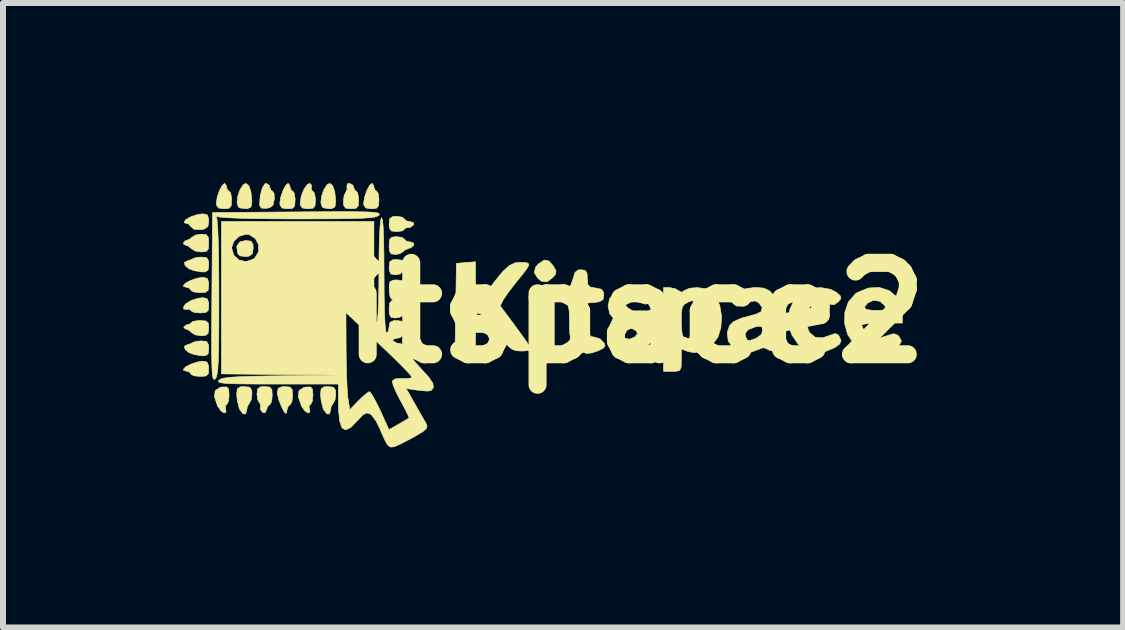
<source format=kicad_pcb>
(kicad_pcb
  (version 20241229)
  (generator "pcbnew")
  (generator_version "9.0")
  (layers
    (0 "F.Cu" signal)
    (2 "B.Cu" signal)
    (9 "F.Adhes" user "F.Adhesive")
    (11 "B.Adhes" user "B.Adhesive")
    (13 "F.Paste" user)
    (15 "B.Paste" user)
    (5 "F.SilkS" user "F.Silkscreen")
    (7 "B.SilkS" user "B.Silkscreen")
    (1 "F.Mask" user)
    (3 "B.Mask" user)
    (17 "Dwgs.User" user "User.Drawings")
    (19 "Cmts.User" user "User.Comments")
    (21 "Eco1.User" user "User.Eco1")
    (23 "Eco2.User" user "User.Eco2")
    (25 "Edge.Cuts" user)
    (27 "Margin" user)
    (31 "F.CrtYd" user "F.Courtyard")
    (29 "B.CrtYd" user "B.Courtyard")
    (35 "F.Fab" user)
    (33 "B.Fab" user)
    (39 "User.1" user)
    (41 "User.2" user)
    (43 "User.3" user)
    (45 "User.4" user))
  (footprint "Kitspace2"
    (layer "F.Cu")
    (at 6.778 2.164)
    (property "Reference" "Kitspace2" (at 0 0 0) (layer "F.SilkS") (effects (font (size 1.524 1.524) (thickness 0.3))))
    (attr through_hole)
    (fp_poly (pts (xy -0.593 0.635) (xy -0.889 0.635) (xy -0.889 -0.423) (xy -0.593 -0.423) (xy -0.593 0.635)) (stroke (width 0.01) (type solid)) (fill yes) (layer "F.SilkS"))
    (fp_poly (pts (xy -5.646 -1.196) (xy -5.613 -1.146) (xy -5.609 -1.079) (xy -5.622 -0.987) (xy -5.677 -0.947) (xy -5.726 -0.939) (xy -5.829 -0.95) (xy -5.867 -0.99) (xy -5.884 -1.109) (xy -5.832 -1.184) (xy -5.736 -1.206) (xy -5.646 -1.196)) (stroke (width 0.01) (type solid)) (fill yes) (layer "F.SilkS"))
    (fp_poly (pts (xy -0.681 -0.865) (xy -0.609 -0.782) (xy -0.564 -0.701) (xy -0.571 -0.646) (xy -0.615 -0.592) (xy -0.712 -0.518) (xy -0.803 -0.527) (xy -0.865 -0.575) (xy -0.926 -0.671) (xy -0.903 -0.764) (xy -0.854 -0.819) (xy -0.759 -0.881) (xy -0.681 -0.865)) (stroke (width 0.01) (type solid)) (fill yes) (layer "F.SilkS"))
    (fp_poly (pts (xy -5.682 -2.12) (xy -5.647 -2.017) (xy -5.631 -1.87) (xy -5.631 -1.852) (xy -5.645 -1.766) (xy -5.702 -1.737) (xy -5.729 -1.736) (xy -5.818 -1.747) (xy -5.856 -1.764) (xy -5.879 -1.836) (xy -5.867 -1.943) (xy -5.829 -2.053) (xy -5.776 -2.135) (xy -5.731 -2.159) (xy -5.682 -2.12)) (stroke (width 0.01) (type solid)) (fill yes) (layer "F.SilkS"))
    (fp_poly (pts (xy -4.285 -2.12) (xy -4.25 -2.017) (xy -4.234 -1.87) (xy -4.234 -1.852) (xy -4.248 -1.766) (xy -4.305 -1.737) (xy -4.332 -1.736) (xy -4.421 -1.747) (xy -4.459 -1.764) (xy -4.482 -1.836) (xy -4.47 -1.943) (xy -4.432 -2.053) (xy -4.379 -2.135) (xy -4.334 -2.159) (xy -4.285 -2.12)) (stroke (width 0.01) (type solid)) (fill yes) (layer "F.SilkS"))
    (fp_poly (pts (xy -6.385 -0.92) (xy -6.353 -0.868) (xy -6.35 -0.804) (xy -6.36 -0.715) (xy -6.407 -0.684) (xy -6.466 -0.683) (xy -6.593 -0.704) (xy -6.678 -0.735) (xy -6.744 -0.789) (xy -6.755 -0.842) (xy -6.705 -0.868) (xy -6.699 -0.868) (xy -6.628 -0.894) (xy -6.622 -0.9) (xy -6.56 -0.923) (xy -6.47 -0.931) (xy -6.385 -0.92)) (stroke (width 0.01) (type solid)) (fill yes) (layer "F.SilkS"))
    (fp_poly (pts (xy -6.385 0.477) (xy -6.353 0.529) (xy -6.35 0.593) (xy -6.36 0.682) (xy -6.407 0.713) (xy -6.466 0.714) (xy -6.593 0.693) (xy -6.678 0.662) (xy -6.744 0.608) (xy -6.755 0.555) (xy -6.705 0.529) (xy -6.699 0.529) (xy -6.628 0.503) (xy -6.622 0.497) (xy -6.56 0.474) (xy -6.47 0.466) (xy -6.385 0.477)) (stroke (width 0.01) (type solid)) (fill yes) (layer "F.SilkS"))
    (fp_poly (pts (xy -5.667 1.238) (xy -5.634 1.288) (xy -5.63 1.352) (xy -5.643 1.45) (xy -5.673 1.503) (xy -5.708 1.563) (xy -5.715 1.611) (xy -5.734 1.682) (xy -5.777 1.683) (xy -5.828 1.619) (xy -5.843 1.585) (xy -5.875 1.457) (xy -5.884 1.352) (xy -5.874 1.264) (xy -5.823 1.231) (xy -5.757 1.228) (xy -5.667 1.238)) (stroke (width 0.01) (type solid)) (fill yes) (layer "F.SilkS"))
    (fp_poly (pts (xy -4.27 1.238) (xy -4.237 1.288) (xy -4.233 1.352) (xy -4.246 1.45) (xy -4.276 1.503) (xy -4.311 1.563) (xy -4.318 1.611) (xy -4.337 1.682) (xy -4.38 1.683) (xy -4.431 1.619) (xy -4.446 1.585) (xy -4.478 1.457) (xy -4.487 1.352) (xy -4.477 1.264) (xy -4.426 1.231) (xy -4.36 1.228) (xy -4.27 1.238)) (stroke (width 0.01) (type solid)) (fill yes) (layer "F.SilkS"))
    (fp_poly (pts (xy -6.377 -0.577) (xy -6.352 -0.514) (xy -6.35 -0.466) (xy -6.358 -0.38) (xy -6.4 -0.345) (xy -6.498 -0.339) (xy -6.596 -0.349) (xy -6.645 -0.375) (xy -6.646 -0.381) (xy -6.681 -0.419) (xy -6.71 -0.423) (xy -6.766 -0.441) (xy -6.773 -0.455) (xy -6.736 -0.497) (xy -6.648 -0.543) (xy -6.539 -0.579) (xy -6.447 -0.593) (xy -6.377 -0.577)) (stroke (width 0.01) (type solid)) (fill yes) (layer "F.SilkS"))
    (fp_poly (pts (xy -6.377 -0.238) (xy -6.352 -0.175) (xy -6.35 -0.127) (xy -6.358 -0.042) (xy -6.4 -0.007) (xy -6.498 0) (xy -6.596 -0.01) (xy -6.645 -0.036) (xy -6.646 -0.041) (xy -6.677 -0.064) (xy -6.71 -0.058) (xy -6.764 -0.063) (xy -6.773 -0.091) (xy -6.736 -0.15) (xy -6.644 -0.207) (xy -6.526 -0.245) (xy -6.447 -0.254) (xy -6.377 -0.238)) (stroke (width 0.01) (type solid)) (fill yes) (layer "F.SilkS"))
    (fp_poly (pts (xy -6.377 0.82) (xy -6.352 0.883) (xy -6.35 0.931) (xy -6.358 1.017) (xy -6.4 1.052) (xy -6.498 1.058) (xy -6.596 1.048) (xy -6.645 1.022) (xy -6.646 1.016) (xy -6.681 0.978) (xy -6.71 0.974) (xy -6.766 0.956) (xy -6.773 0.942) (xy -6.736 0.9) (xy -6.648 0.854) (xy -6.539 0.818) (xy -6.447 0.804) (xy -6.377 0.82)) (stroke (width 0.01) (type solid)) (fill yes) (layer "F.SilkS"))
    (fp_poly (pts (xy -6.376 -1.635) (xy -6.351 -1.569) (xy -6.35 -1.529) (xy -6.363 -1.44) (xy -6.421 -1.399) (xy -6.479 -1.388) (xy -6.594 -1.393) (xy -6.645 -1.436) (xy -6.692 -1.486) (xy -6.716 -1.489) (xy -6.759 -1.505) (xy -6.761 -1.51) (xy -6.736 -1.552) (xy -6.657 -1.598) (xy -6.551 -1.635) (xy -6.45 -1.651) (xy -6.447 -1.651) (xy -6.376 -1.635)) (stroke (width 0.01) (type solid)) (fill yes) (layer "F.SilkS"))
    (fp_poly (pts (xy -6.057 -2.125) (xy -6.054 -2.095) (xy -6.031 -2.039) (xy -6.011 -2.032) (xy -5.983 -1.995) (xy -5.969 -1.903) (xy -5.969 -1.884) (xy -5.976 -1.784) (xy -6.012 -1.743) (xy -6.096 -1.736) (xy -6.187 -1.748) (xy -6.221 -1.796) (xy -6.223 -1.833) (xy -6.208 -1.933) (xy -6.17 -2.041) (xy -6.124 -2.127) (xy -6.085 -2.159) (xy -6.057 -2.125)) (stroke (width 0.01) (type solid)) (fill yes) (layer "F.SilkS"))
    (fp_poly (pts (xy -5.341 -2.125) (xy -5.334 -2.095) (xy -5.31 -2.039) (xy -5.289 -2.032) (xy -5.262 -1.995) (xy -5.256 -1.904) (xy -5.257 -1.894) (xy -5.279 -1.796) (xy -5.335 -1.753) (xy -5.387 -1.743) (xy -5.473 -1.746) (xy -5.502 -1.793) (xy -5.503 -1.812) (xy -5.491 -1.957) (xy -5.459 -2.077) (xy -5.416 -2.149) (xy -5.392 -2.159) (xy -5.341 -2.125)) (stroke (width 0.01) (type solid)) (fill yes) (layer "F.SilkS"))
    (fp_poly (pts (xy -4.999 -2.125) (xy -4.995 -2.095) (xy -4.972 -2.039) (xy -4.953 -2.032) (xy -4.925 -1.995) (xy -4.911 -1.903) (xy -4.911 -1.884) (xy -4.918 -1.784) (xy -4.954 -1.743) (xy -5.038 -1.736) (xy -5.129 -1.748) (xy -5.162 -1.796) (xy -5.165 -1.833) (xy -5.149 -1.933) (xy -5.112 -2.041) (xy -5.066 -2.127) (xy -5.027 -2.159) (xy -4.999 -2.125)) (stroke (width 0.01) (type solid)) (fill yes) (layer "F.SilkS"))
    (fp_poly (pts (xy -4.636 -2.128) (xy -4.641 -2.095) (xy -4.639 -2.041) (xy -4.619 -2.032) (xy -4.588 -1.995) (xy -4.572 -1.903) (xy -4.572 -1.884) (xy -4.579 -1.784) (xy -4.615 -1.743) (xy -4.699 -1.736) (xy -4.79 -1.748) (xy -4.824 -1.796) (xy -4.826 -1.833) (xy -4.808 -1.947) (xy -4.764 -2.059) (xy -4.708 -2.138) (xy -4.669 -2.159) (xy -4.636 -2.128)) (stroke (width 0.01) (type solid)) (fill yes) (layer "F.SilkS"))
    (fp_poly (pts (xy -3.602 -2.125) (xy -3.598 -2.095) (xy -3.575 -2.039) (xy -3.556 -2.032) (xy -3.528 -1.995) (xy -3.514 -1.903) (xy -3.514 -1.884) (xy -3.521 -1.784) (xy -3.557 -1.743) (xy -3.641 -1.736) (xy -3.732 -1.748) (xy -3.765 -1.796) (xy -3.768 -1.833) (xy -3.752 -1.933) (xy -3.715 -2.041) (xy -3.669 -2.127) (xy -3.63 -2.159) (xy -3.602 -2.125)) (stroke (width 0.01) (type solid)) (fill yes) (layer "F.SilkS"))
    (fp_poly (pts (xy -6.391 -1.304) (xy -6.357 -1.261) (xy -6.35 -1.164) (xy -6.357 -1.065) (xy -6.393 -1.024) (xy -6.475 -1.016) (xy -6.576 -1.032) (xy -6.634 -1.069) (xy -6.696 -1.117) (xy -6.72 -1.122) (xy -6.77 -1.149) (xy -6.773 -1.164) (xy -6.74 -1.204) (xy -6.72 -1.206) (xy -6.652 -1.238) (xy -6.634 -1.259) (xy -6.57 -1.298) (xy -6.475 -1.312) (xy -6.391 -1.304)) (stroke (width 0.01) (type solid)) (fill yes) (layer "F.SilkS"))
    (fp_poly (pts (xy -6.018 1.271) (xy -6.011 1.369) (xy -6.011 1.373) (xy -6.021 1.472) (xy -6.046 1.522) (xy -6.052 1.524) (xy -6.076 1.555) (xy -6.071 1.583) (xy -6.061 1.652) (xy -6.092 1.667) (xy -6.144 1.634) (xy -6.199 1.557) (xy -6.203 1.549) (xy -6.255 1.395) (xy -6.242 1.294) (xy -6.161 1.241) (xy -6.127 1.235) (xy -6.05 1.234) (xy -6.018 1.271)) (stroke (width 0.01) (type solid)) (fill yes) (layer "F.SilkS"))
    (fp_poly (pts (xy -4.995 1.236) (xy -4.96 1.278) (xy -4.953 1.376) (xy -4.963 1.474) (xy -4.987 1.523) (xy -4.992 1.524) (xy -5.028 1.56) (xy -5.046 1.619) (xy -5.058 1.673) (xy -5.081 1.665) (xy -5.125 1.587) (xy -5.133 1.57) (xy -5.183 1.448) (xy -5.207 1.338) (xy -5.207 1.327) (xy -5.192 1.256) (xy -5.13 1.23) (xy -5.08 1.228) (xy -4.995 1.236)) (stroke (width 0.01) (type solid)) (fill yes) (layer "F.SilkS"))
    (fp_poly (pts (xy -4.621 1.271) (xy -4.614 1.369) (xy -4.614 1.373) (xy -4.624 1.472) (xy -4.649 1.522) (xy -4.655 1.524) (xy -4.679 1.555) (xy -4.674 1.583) (xy -4.664 1.652) (xy -4.695 1.667) (xy -4.747 1.634) (xy -4.802 1.557) (xy -4.806 1.549) (xy -4.858 1.395) (xy -4.845 1.294) (xy -4.764 1.241) (xy -4.73 1.235) (xy -4.653 1.234) (xy -4.621 1.271)) (stroke (width 0.01) (type solid)) (fill yes) (layer "F.SilkS"))
    (fp_poly (pts (xy -6.399 0.134) (xy -6.358 0.17) (xy -6.35 0.254) (xy -6.361 0.344) (xy -6.41 0.377) (xy -6.475 0.381) (xy -6.576 0.365) (xy -6.634 0.328) (xy -6.696 0.28) (xy -6.72 0.275) (xy -6.763 0.249) (xy -6.763 0.233) (xy -6.719 0.197) (xy -6.699 0.196) (xy -6.65 0.178) (xy -6.646 0.165) (xy -6.609 0.14) (xy -6.518 0.127) (xy -6.498 0.127) (xy -6.399 0.134)) (stroke (width 0.01) (type solid)) (fill yes) (layer "F.SilkS"))
    (fp_poly (pts (xy -5.333 1.236) (xy -5.298 1.278) (xy -5.292 1.376) (xy -5.302 1.474) (xy -5.326 1.523) (xy -5.331 1.524) (xy -5.369 1.56) (xy -5.384 1.608) (xy -5.412 1.665) (xy -5.456 1.655) (xy -5.493 1.601) (xy -5.487 1.574) (xy -5.489 1.516) (xy -5.503 1.503) (xy -5.534 1.446) (xy -5.546 1.352) (xy -5.535 1.264) (xy -5.485 1.231) (xy -5.419 1.228) (xy -5.333 1.236)) (stroke (width 0.01) (type solid)) (fill yes) (layer "F.SilkS"))
    (fp_poly (pts (xy -3.946 -2.127) (xy -3.937 -2.095) (xy -3.914 -2.039) (xy -3.895 -2.032) (xy -3.867 -1.995) (xy -3.853 -1.903) (xy -3.852 -1.884) (xy -3.859 -1.784) (xy -3.895 -1.743) (xy -3.979 -1.736) (xy -4.069 -1.746) (xy -4.103 -1.796) (xy -4.106 -1.86) (xy -4.094 -1.958) (xy -4.066 -2.01) (xy -4.043 -2.065) (xy -4.049 -2.097) (xy -4.041 -2.15) (xy -4.005 -2.159) (xy -3.946 -2.127)) (stroke (width 0.01) (type solid)) (fill yes) (layer "F.SilkS"))
    (fp_poly (pts (xy -3.128 -1.258) (xy -3.09 -1.228) (xy -3.09 -1.228) (xy -3.055 -1.194) (xy -3.002 -1.185) (xy -2.938 -1.165) (xy -2.932 -1.132) (xy -2.984 -1.084) (xy -3.009 -1.079) (xy -3.085 -1.048) (xy -3.103 -1.027) (xy -3.168 -0.985) (xy -3.241 -0.974) (xy -3.311 -0.985) (xy -3.34 -1.036) (xy -3.344 -1.122) (xy -3.337 -1.221) (xy -3.301 -1.262) (xy -3.217 -1.27) (xy -3.128 -1.258)) (stroke (width 0.01) (type solid)) (fill yes) (layer "F.SilkS"))
    (fp_poly (pts (xy -3.128 -0.199) (xy -3.09 -0.17) (xy -3.09 -0.169) (xy -3.055 -0.135) (xy -3.002 -0.127) (xy -2.938 -0.107) (xy -2.932 -0.074) (xy -2.984 -0.026) (xy -3.009 -0.021) (xy -3.085 0.011) (xy -3.103 0.032) (xy -3.168 0.073) (xy -3.241 0.085) (xy -3.311 0.073) (xy -3.34 0.022) (xy -3.344 -0.064) (xy -3.337 -0.163) (xy -3.301 -0.204) (xy -3.217 -0.212) (xy -3.128 -0.199)) (stroke (width 0.01) (type solid)) (fill yes) (layer "F.SilkS"))
    (fp_poly (pts (xy -3.128 -0.878) (xy -3.09 -0.851) (xy -3.09 -0.851) (xy -3.057 -0.829) (xy -3.006 -0.834) (xy -2.937 -0.832) (xy -2.921 -0.783) (xy -2.945 -0.73) (xy -3.003 -0.731) (xy -3.081 -0.724) (xy -3.107 -0.694) (xy -3.162 -0.649) (xy -3.237 -0.635) (xy -3.314 -0.648) (xy -3.342 -0.706) (xy -3.344 -0.762) (xy -3.334 -0.852) (xy -3.284 -0.885) (xy -3.217 -0.889) (xy -3.128 -0.878)) (stroke (width 0.01) (type solid)) (fill yes) (layer "F.SilkS"))
    (fp_poly (pts (xy -3.128 -1.596) (xy -3.09 -1.567) (xy -3.09 -1.566) (xy -3.055 -1.532) (xy -3.002 -1.524) (xy -2.938 -1.504) (xy -2.933 -1.471) (xy -2.985 -1.428) (xy -3.021 -1.424) (xy -3.081 -1.411) (xy -3.09 -1.392) (xy -3.127 -1.366) (xy -3.216 -1.355) (xy -3.217 -1.355) (xy -3.307 -1.365) (xy -3.34 -1.415) (xy -3.344 -1.482) (xy -3.334 -1.572) (xy -3.284 -1.605) (xy -3.217 -1.609) (xy -3.128 -1.596)) (stroke (width 0.01) (type solid)) (fill yes) (layer "F.SilkS"))
    (fp_poly (pts (xy -3.128 -0.538) (xy -3.09 -0.509) (xy -3.09 -0.508) (xy -3.055 -0.474) (xy -3.002 -0.466) (xy -2.938 -0.446) (xy -2.932 -0.413) (xy -2.983 -0.373) (xy -3.021 -0.372) (xy -3.08 -0.362) (xy -3.09 -0.341) (xy -3.127 -0.309) (xy -3.216 -0.296) (xy -3.217 -0.296) (xy -3.307 -0.307) (xy -3.34 -0.356) (xy -3.344 -0.423) (xy -3.334 -0.513) (xy -3.284 -0.546) (xy -3.217 -0.55) (xy -3.128 -0.538)) (stroke (width 0.01) (type solid)) (fill yes) (layer "F.SilkS"))
    (fp_poly (pts (xy 4.01 -0.394) (xy 4.112 -0.341) (xy 4.178 -0.28) (xy 4.182 -0.236) (xy 4.14 -0.186) (xy 4.071 -0.137) (xy 3.993 -0.147) (xy 3.958 -0.162) (xy 3.847 -0.204) (xy 3.771 -0.198) (xy 3.695 -0.139) (xy 3.683 -0.127) (xy 3.616 -0.006) (xy 3.602 0.146) (xy 3.643 0.294) (xy 3.664 0.329) (xy 3.756 0.407) (xy 3.878 0.415) (xy 4.002 0.373) (xy 4.089 0.344) (xy 4.138 0.365) (xy 4.151 0.383) (xy 4.186 0.46) (xy 4.162 0.518) (xy 4.09 0.572) (xy 3.932 0.641) (xy 3.76 0.661) (xy 3.61 0.631) (xy 3.6 0.625) (xy 3.471 0.52) (xy 3.367 0.367) (xy 3.308 0.203) (xy 3.302 0.141) (xy 3.332 -0.057) (xy 3.411 -0.23) (xy 3.528 -0.351) (xy 3.673 -0.408) (xy 3.846 -0.422) (xy 4.01 -0.394)) (stroke (width 0.01) (type solid)) (fill yes) (layer "F.SilkS"))
    (fp_poly (pts (xy 0.846 -0.407) (xy 0.972 -0.364) (xy 1.042 -0.302) (xy 1.045 -0.228) (xy 1 -0.173) (xy 0.929 -0.146) (xy 0.833 -0.174) (xy 0.724 -0.201) (xy 0.635 -0.187) (xy 0.593 -0.136) (xy 0.593 -0.129) (xy 0.628 -0.088) (xy 0.718 -0.03) (xy 0.794 0.01) (xy 0.919 0.084) (xy 1.015 0.167) (xy 1.044 0.206) (xy 1.07 0.348) (xy 1.025 0.484) (xy 0.917 0.591) (xy 0.863 0.618) (xy 0.711 0.667) (xy 0.579 0.664) (xy 0.434 0.614) (xy 0.328 0.545) (xy 0.295 0.473) (xy 0.327 0.417) (xy 0.413 0.392) (xy 0.545 0.415) (xy 0.546 0.416) (xy 0.661 0.437) (xy 0.748 0.402) (xy 0.795 0.346) (xy 0.77 0.296) (xy 0.67 0.244) (xy 0.582 0.214) (xy 0.426 0.131) (xy 0.333 0.016) (xy 0.303 -0.114) (xy 0.331 -0.24) (xy 0.417 -0.344) (xy 0.556 -0.41) (xy 0.673 -0.423) (xy 0.846 -0.407)) (stroke (width 0.01) (type solid)) (fill yes) (layer "F.SilkS"))
    (fp_poly (pts (xy -1.905 -0.553) (xy -1.899 -0.382) (xy -1.876 -0.285) (xy -1.832 -0.263) (xy -1.758 -0.314) (xy -1.651 -0.438) (xy -1.582 -0.528) (xy -1.45 -0.691) (xy -1.341 -0.79) (xy -1.236 -0.837) (xy -1.117 -0.843) (xy -1.083 -0.839) (xy -1.035 -0.831) (xy -1.015 -0.811) (xy -1.029 -0.769) (xy -1.082 -0.692) (xy -1.181 -0.568) (xy -1.246 -0.489) (xy -1.364 -0.335) (xy -1.447 -0.211) (xy -1.487 -0.13) (xy -1.487 -0.108) (xy -1.297 0.146) (xy -1.148 0.349) (xy -1.043 0.497) (xy -0.985 0.585) (xy -0.974 0.609) (xy -1.011 0.625) (xy -1.105 0.634) (xy -1.141 0.635) (xy -1.229 0.63) (xy -1.298 0.605) (xy -1.367 0.545) (xy -1.456 0.437) (xy -1.507 0.37) (xy -1.649 0.189) (xy -1.754 0.072) (xy -1.829 0.012) (xy -1.871 0) (xy -1.887 0.039) (xy -1.899 0.142) (xy -1.905 0.288) (xy -1.905 0.318) (xy -1.905 0.635) (xy -2.246 0.635) (xy -2.223 -0.826) (xy -1.905 -0.852) (xy -1.905 -0.553)) (stroke (width 0.01) (type solid)) (fill yes) (layer "F.SilkS"))
    (fp_poly (pts (xy -0.075 -0.708) (xy -0.047 -0.656) (xy -0.042 -0.574) (xy -0.034 -0.475) (xy 0.007 -0.431) (xy 0.095 -0.415) (xy 0.192 -0.395) (xy 0.229 -0.345) (xy 0.233 -0.296) (xy 0.219 -0.221) (xy 0.16 -0.187) (xy 0.093 -0.177) (xy -0.046 -0.164) (xy -0.034 0.119) (xy -0.025 0.27) (xy -0.01 0.355) (xy 0.018 0.393) (xy 0.066 0.402) (xy 0.075 0.402) (xy 0.173 0.434) (xy 0.242 0.509) (xy 0.253 0.554) (xy 0.218 0.591) (xy 0.133 0.633) (xy 0.031 0.666) (xy -0.046 0.677) (xy -0.133 0.649) (xy -0.229 0.579) (xy -0.235 0.573) (xy -0.289 0.509) (xy -0.321 0.435) (xy -0.335 0.327) (xy -0.339 0.16) (xy -0.339 0.155) (xy -0.343 -0.019) (xy -0.358 -0.124) (xy -0.387 -0.176) (xy -0.402 -0.185) (xy -0.457 -0.241) (xy -0.458 -0.323) (xy -0.41 -0.389) (xy -0.385 -0.401) (xy -0.316 -0.464) (xy -0.278 -0.573) (xy -0.247 -0.675) (xy -0.195 -0.715) (xy -0.146 -0.72) (xy -0.075 -0.708)) (stroke (width 0.01) (type solid)) (fill yes) (layer "F.SilkS"))
    (fp_poly (pts (xy 1.425 -0.402) (xy 1.473 -0.373) (xy 1.531 -0.344) (xy 1.575 -0.373) (xy 1.66 -0.411) (xy 1.789 -0.422) (xy 1.922 -0.405) (xy 1.996 -0.378) (xy 2.097 -0.28) (xy 2.164 -0.127) (xy 2.195 0.057) (xy 2.183 0.248) (xy 2.135 0.403) (xy 2.034 0.537) (xy 1.895 0.628) (xy 1.743 0.662) (xy 1.642 0.645) (xy 1.524 0.6) (xy 1.524 0.787) (xy 1.521 0.902) (xy 1.498 0.957) (xy 1.438 0.973) (xy 1.376 0.974) (xy 1.228 0.974) (xy 1.228 0.119) (xy 1.524 0.119) (xy 1.528 0.257) (xy 1.54 0.359) (xy 1.552 0.395) (xy 1.634 0.425) (xy 1.739 0.405) (xy 1.828 0.343) (xy 1.839 0.329) (xy 1.896 0.182) (xy 1.893 0.017) (xy 1.829 -0.127) (xy 1.825 -0.131) (xy 1.758 -0.197) (xy 1.691 -0.201) (xy 1.635 -0.179) (xy 1.572 -0.143) (xy 1.539 -0.09) (xy 1.526 0.004) (xy 1.524 0.119) (xy 1.228 0.119) (xy 1.228 -0.423) (xy 1.325 -0.423) (xy 1.425 -0.402)) (stroke (width 0.01) (type solid)) (fill yes) (layer "F.SilkS"))
    (fp_poly (pts (xy 4.99 -0.37) (xy 5.117 -0.265) (xy 5.193 -0.114) (xy 5.207 -0.003) (xy 5.207 0.169) (xy 4.868 0.169) (xy 4.711 0.173) (xy 4.593 0.183) (xy 4.533 0.198) (xy 4.53 0.202) (xy 4.552 0.258) (xy 4.596 0.329) (xy 4.698 0.407) (xy 4.84 0.416) (xy 4.974 0.373) (xy 5.065 0.346) (xy 5.131 0.373) (xy 5.15 0.391) (xy 5.192 0.467) (xy 5.155 0.537) (xy 5.038 0.607) (xy 5.013 0.618) (xy 4.826 0.67) (xy 4.65 0.654) (xy 4.543 0.616) (xy 4.395 0.51) (xy 4.295 0.357) (xy 4.246 0.177) (xy 4.249 -0.009) (xy 4.279 -0.097) (xy 4.577 -0.097) (xy 4.601 -0.059) (xy 4.7 -0.044) (xy 4.764 -0.042) (xy 4.88 -0.045) (xy 4.927 -0.061) (xy 4.924 -0.099) (xy 4.911 -0.127) (xy 4.833 -0.194) (xy 4.726 -0.209) (xy 4.628 -0.165) (xy 4.623 -0.161) (xy 4.577 -0.097) (xy 4.279 -0.097) (xy 4.307 -0.18) (xy 4.422 -0.315) (xy 4.46 -0.342) (xy 4.645 -0.416) (xy 4.827 -0.423) (xy 4.99 -0.37)) (stroke (width 0.01) (type solid)) (fill yes) (layer "F.SilkS"))
    (fp_poly (pts (xy -3.942 -1.687) (xy -3.764 -1.684) (xy -3.639 -1.679) (xy -3.56 -1.671) (xy -3.518 -1.66) (xy -3.506 -1.646) (xy -3.513 -1.63) (xy -3.539 -1.612) (xy -3.587 -1.597) (xy -3.668 -1.586) (xy -3.789 -1.578) (xy -3.959 -1.572) (xy -4.187 -1.569) (xy -4.483 -1.567) (xy -4.853 -1.566) (xy -4.865 -1.566) (xy -5.251 -1.568) (xy -5.58 -1.572) (xy -5.847 -1.578) (xy -6.046 -1.587) (xy -6.171 -1.598) (xy -6.215 -1.609) (xy -6.244 -1.629) (xy -6.223 -1.6) (xy -6.21 -1.543) (xy -6.2 -1.406) (xy -6.191 -1.197) (xy -6.185 -0.92) (xy -6.182 -0.582) (xy -6.181 -0.251) (xy -6.181 0.122) (xy -6.183 0.42) (xy -6.186 0.65) (xy -6.192 0.822) (xy -6.2 0.944) (xy -6.211 1.025) (xy -6.226 1.075) (xy -6.244 1.101) (xy -6.245 1.101) (xy -6.262 1.108) (xy -6.276 1.093) (xy -6.286 1.046) (xy -6.294 0.961) (xy -6.299 0.83) (xy -6.301 0.644) (xy -6.302 0.396) (xy -6.3 0.078) (xy -6.298 -0.259) (xy -6.287 -1.672) (xy -4.873 -1.683) (xy -4.489 -1.686) (xy -4.181 -1.687) (xy -3.942 -1.687)) (stroke (width 0.01) (type solid)) (fill yes) (layer "F.SilkS"))
    (fp_poly (pts (xy 2.9 -0.413) (xy 2.992 -0.369) (xy 3.065 -0.293) (xy 3.117 -0.225) (xy 3.15 -0.155) (xy 3.167 -0.061) (xy 3.174 0.077) (xy 3.175 0.236) (xy 3.174 0.421) (xy 3.169 0.538) (xy 3.155 0.602) (xy 3.129 0.629) (xy 3.086 0.635) (xy 3.072 0.635) (xy 2.982 0.619) (xy 2.942 0.593) (xy 2.887 0.579) (xy 2.794 0.614) (xy 2.639 0.67) (xy 2.509 0.657) (xy 2.398 0.59) (xy 2.306 0.47) (xy 2.292 0.342) (xy 2.588 0.342) (xy 2.597 0.399) (xy 2.621 0.45) (xy 2.66 0.461) (xy 2.741 0.435) (xy 2.77 0.424) (xy 2.86 0.358) (xy 2.879 0.293) (xy 2.867 0.231) (xy 2.814 0.221) (xy 2.762 0.231) (xy 2.637 0.278) (xy 2.588 0.342) (xy 2.292 0.342) (xy 2.29 0.324) (xy 2.328 0.212) (xy 2.393 0.147) (xy 2.52 0.089) (xy 2.72 0.034) (xy 2.762 0.024) (xy 2.856 -0.022) (xy 2.872 -0.093) (xy 2.813 -0.171) (xy 2.753 -0.201) (xy 2.676 -0.188) (xy 2.603 -0.156) (xy 2.503 -0.115) (xy 2.444 -0.114) (xy 2.393 -0.153) (xy 2.341 -0.221) (xy 2.328 -0.256) (xy 2.366 -0.31) (xy 2.464 -0.362) (xy 2.596 -0.402) (xy 2.737 -0.423) (xy 2.767 -0.423) (xy 2.9 -0.413)) (stroke (width 0.01) (type solid)) (fill yes) (layer "F.SilkS"))
    (fp_poly (pts (xy -3.456 -1.556) (xy -3.444 -1.441) (xy -3.436 -1.245) (xy -3.431 -0.969) (xy -3.429 -0.637) (xy -3.427 -0.297) (xy -3.422 -0.026) (xy -3.413 0.174) (xy -3.402 0.296) (xy -3.387 0.339) (xy -3.387 0.339) (xy -3.355 0.302) (xy -3.344 0.233) (xy -3.331 0.157) (xy -3.273 0.13) (xy -3.217 0.127) (xy -3.128 0.139) (xy -3.09 0.169) (xy -3.09 0.169) (xy -3.055 0.203) (xy -3.002 0.212) (xy -2.938 0.232) (xy -2.932 0.265) (xy -2.984 0.313) (xy -3.009 0.318) (xy -3.085 0.349) (xy -3.103 0.37) (xy -3.17 0.415) (xy -3.222 0.423) (xy -3.279 0.44) (xy -3.281 0.466) (xy -3.221 0.501) (xy -3.173 0.508) (xy -3.105 0.525) (xy -3.09 0.546) (xy -3.057 0.568) (xy -3.006 0.563) (xy -2.94 0.573) (xy -2.918 0.623) (xy -2.95 0.677) (xy -2.974 0.69) (xy -2.975 0.728) (xy -2.917 0.813) (xy -2.806 0.937) (xy -2.803 0.94) (xy -2.679 1.077) (xy -2.616 1.173) (xy -2.606 1.238) (xy -2.608 1.244) (xy -2.638 1.288) (xy -2.699 1.303) (xy -2.813 1.294) (xy -2.848 1.29) (xy -3.06 1.26) (xy -2.919 1.509) (xy -2.84 1.647) (xy -2.773 1.765) (xy -2.734 1.83) (xy -2.712 1.88) (xy -2.722 1.924) (xy -2.776 1.974) (xy -2.885 2.04) (xy -3.017 2.113) (xy -3.166 2.19) (xy -3.26 2.23) (xy -3.317 2.236) (xy -3.356 2.213) (xy -3.375 2.191) (xy -3.414 2.122) (xy -3.466 2.007) (xy -3.497 1.933) (xy -3.559 1.807) (xy -3.627 1.712) (xy -3.659 1.684) (xy -3.719 1.667) (xy -3.778 1.695) (xy -3.86 1.78) (xy -3.871 1.793) (xy -3.983 1.908) (xy -4.068 1.949) (xy -4.129 1.916) (xy -4.168 1.805) (xy -4.187 1.615) (xy -4.19 1.471) (xy -4.191 1.185) (xy -5.212 1.185) (xy -5.533 1.185) (xy -5.779 1.183) (xy -5.958 1.179) (xy -6.079 1.173) (xy -6.152 1.163) (xy -6.185 1.149) (xy -6.188 1.132) (xy -6.181 1.123) (xy -6.15 1.102) (xy -6.089 1.085) (xy -5.988 1.072) (xy -5.838 1.063) (xy -5.628 1.056) (xy -5.349 1.05) (xy -5.171 1.048) (xy -4.212 1.035) (xy -5.175 1.026) (xy -6.138 1.016) (xy -6.138 -0.006) (xy -4.064 -0.006) (xy -4.061 0.621) (xy -4.058 0.86) (xy -4.052 1.084) (xy -4.043 1.273) (xy -4.033 1.404) (xy -4.029 1.431) (xy -4 1.614) (xy -3.855 1.463) (xy -3.763 1.376) (xy -3.693 1.321) (xy -3.672 1.312) (xy -3.639 1.348) (xy -3.583 1.444) (xy -3.514 1.58) (xy -3.491 1.629) (xy -3.347 1.946) (xy -3.187 1.854) (xy -3.086 1.796) (xy -3.022 1.758) (xy -3.012 1.752) (xy -3.025 1.713) (xy -3.07 1.62) (xy -3.139 1.49) (xy -3.154 1.464) (xy -3.226 1.323) (xy -3.276 1.207) (xy -3.292 1.138) (xy -3.292 1.133) (xy -3.238 1.098) (xy -3.121 1.094) (xy -3.119 1.094) (xy -3.018 1.093) (xy -2.966 1.076) (xy -2.963 1.07) (xy -2.993 1.03) (xy -3.074 0.942) (xy -3.198 0.817) (xy -3.355 0.665) (xy -3.514 0.513) (xy -4.064 -0.006) (xy -6.138 -0.006) (xy -6.138 -1.087) (xy -5.969 -1.087) (xy -5.934 -0.962) (xy -5.846 -0.881) (xy -5.73 -0.855) (xy -5.61 -0.894) (xy -5.581 -0.917) (xy -5.518 -1.02) (xy -5.52 -1.138) (xy -5.574 -1.241) (xy -5.672 -1.304) (xy -5.729 -1.312) (xy -5.841 -1.278) (xy -5.932 -1.193) (xy -5.969 -1.088) (xy -5.969 -1.087) (xy -6.138 -1.087) (xy -6.138 -1.524) (xy -3.598 -1.524) (xy -3.598 -0.677) (xy -3.596 -0.366) (xy -3.59 -0.121) (xy -3.58 0.052) (xy -3.567 0.149) (xy -3.556 0.169) (xy -3.541 0.128) (xy -3.528 0.006) (xy -3.52 -0.19) (xy -3.515 -0.457) (xy -3.514 -0.696) (xy -3.512 -1.001) (xy -3.506 -1.25) (xy -3.496 -1.436) (xy -3.484 -1.551) (xy -3.471 -1.587) (xy -3.456 -1.556)) (stroke (width 0.01) (type solid)) (fill yes) (layer "F.SilkS")))
  (gr_rect
    (start -3 -3)
    (end 15.664 7.405)
    (stroke (width 0.1) (type default))
    (fill no)
    (layer "Edge.Cuts")))
</source>
